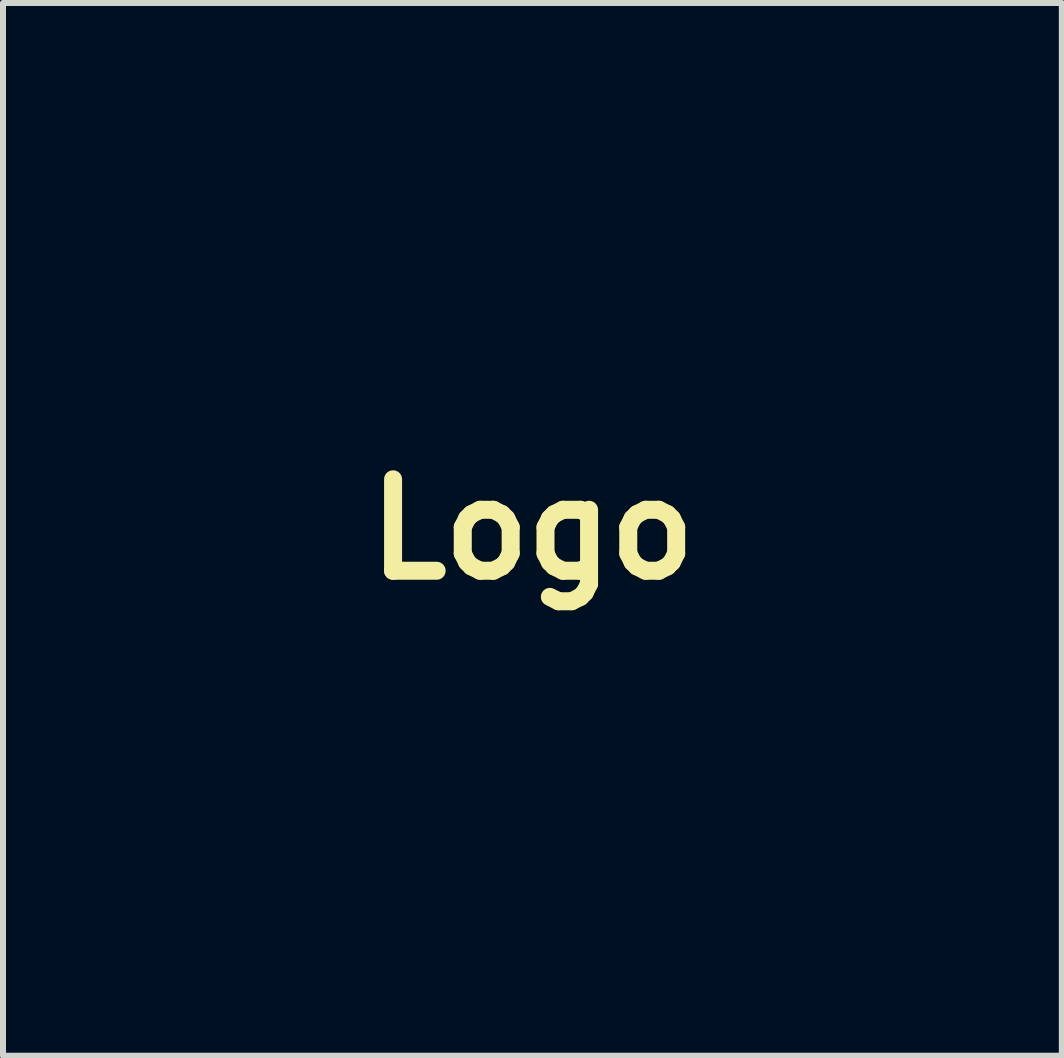
<source format=kicad_pcb>
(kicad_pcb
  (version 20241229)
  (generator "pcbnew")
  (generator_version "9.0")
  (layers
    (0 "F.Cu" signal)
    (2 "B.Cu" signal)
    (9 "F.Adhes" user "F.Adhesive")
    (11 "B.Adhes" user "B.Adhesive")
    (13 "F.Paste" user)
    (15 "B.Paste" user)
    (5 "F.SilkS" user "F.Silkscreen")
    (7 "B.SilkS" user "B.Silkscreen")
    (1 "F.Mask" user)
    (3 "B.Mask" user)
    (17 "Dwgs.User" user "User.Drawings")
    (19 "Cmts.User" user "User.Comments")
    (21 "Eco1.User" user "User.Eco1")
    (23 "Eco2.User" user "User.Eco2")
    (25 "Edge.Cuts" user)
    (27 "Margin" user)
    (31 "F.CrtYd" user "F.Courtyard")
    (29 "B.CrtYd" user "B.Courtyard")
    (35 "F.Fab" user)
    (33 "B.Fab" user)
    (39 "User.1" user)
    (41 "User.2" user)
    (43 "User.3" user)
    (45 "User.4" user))
  (footprint "Logo"
    (layer "F.Cu")
    (at 5.822 5.771)
    (property "Reference" "Logo" (at 0 0 0) (layer "F.SilkS") (effects (font (size 1.524 1.524) (thickness 0.3))))
    (attr through_hole)
    (fp_poly (pts (xy -1.389 0.3) (xy -1.34 0.353) (xy -1.312 0.399) (xy -1.299 0.454) (xy -1.296 0.536) (xy -1.295 0.574) (xy -1.297 0.669) (xy -1.305 0.73) (xy -1.327 0.776) (xy -1.368 0.823) (xy -1.392 0.846) (xy -1.488 0.94) (xy -1.945 0.94) (xy -2.04 0.843) (xy -2.089 0.79) (xy -2.117 0.744) (xy -2.13 0.689) (xy -2.133 0.607) (xy -2.134 0.572) (xy -1.93 0.572) (xy -1.921 0.637) (xy -1.9 0.681) (xy -1.856 0.699) (xy -1.78 0.708) (xy -1.691 0.71) (xy -1.607 0.704) (xy -1.545 0.69) (xy -1.529 0.681) (xy -1.507 0.635) (xy -1.499 0.572) (xy -1.508 0.502) (xy -1.54 0.46) (xy -1.605 0.438) (xy -1.711 0.432) (xy -1.714 0.432) (xy -1.822 0.438) (xy -1.888 0.459) (xy -1.921 0.501) (xy -1.93 0.569) (xy -1.93 0.572) (xy -2.134 0.572) (xy -2.134 0.569) (xy -2.132 0.474) (xy -2.124 0.413) (xy -2.102 0.367) (xy -2.061 0.32) (xy -2.037 0.297) (xy -1.941 0.203) (xy -1.484 0.203) (xy -1.389 0.3)) (stroke (width 0.01) (type solid)) (fill no) (layer "Eco2.User"))
    (fp_poly (pts (xy 2.04 0.3) (xy 2.089 0.353) (xy 2.117 0.399) (xy 2.13 0.454) (xy 2.133 0.536) (xy 2.134 0.574) (xy 2.132 0.669) (xy 2.124 0.73) (xy 2.102 0.776) (xy 2.061 0.823) (xy 2.037 0.846) (xy 1.941 0.94) (xy 1.484 0.94) (xy 1.389 0.843) (xy 1.34 0.79) (xy 1.312 0.744) (xy 1.299 0.689) (xy 1.296 0.607) (xy 1.295 0.572) (xy 1.499 0.572) (xy 1.508 0.637) (xy 1.529 0.681) (xy 1.573 0.699) (xy 1.649 0.708) (xy 1.738 0.71) (xy 1.822 0.704) (xy 1.884 0.69) (xy 1.9 0.681) (xy 1.922 0.635) (xy 1.93 0.572) (xy 1.921 0.502) (xy 1.889 0.46) (xy 1.824 0.438) (xy 1.718 0.432) (xy 1.714 0.432) (xy 1.607 0.438) (xy 1.541 0.459) (xy 1.508 0.501) (xy 1.499 0.569) (xy 1.499 0.572) (xy 1.295 0.572) (xy 1.295 0.569) (xy 1.297 0.474) (xy 1.305 0.413) (xy 1.327 0.367) (xy 1.368 0.32) (xy 1.392 0.297) (xy 1.488 0.203) (xy 1.945 0.203) (xy 2.04 0.3)) (stroke (width 0.01) (type solid)) (fill no) (layer "Eco2.User"))
    (fp_poly (pts (xy -5.074 -5.544) (xy -4.851 -5.322) (xy -4.851 -1.956) (xy -4.293 -1.956) (xy -4.293 -3.259) (xy -4.292 -3.57) (xy -4.291 -3.833) (xy -4.29 -4.051) (xy -4.287 -4.228) (xy -4.284 -4.366) (xy -4.279 -4.469) (xy -4.274 -4.539) (xy -4.268 -4.579) (xy -4.262 -4.592) (xy -4.219 -4.609) (xy -4.131 -4.619) (xy -4.005 -4.623) (xy -4.002 -4.623) (xy -3.773 -4.623) (xy -3.55 -4.401) (xy -3.327 -4.179) (xy -3.327 -1.956) (xy -2.769 -1.956) (xy -2.769 -2.687) (xy -2.768 -2.919) (xy -2.766 -3.104) (xy -2.762 -3.246) (xy -2.757 -3.348) (xy -2.75 -3.413) (xy -2.741 -3.446) (xy -2.738 -3.449) (xy -2.695 -3.466) (xy -2.607 -3.476) (xy -2.481 -3.48) (xy -2.477 -3.48) (xy -2.247 -3.48) (xy -2.025 -3.257) (xy -1.803 -3.034) (xy -1.803 -1.956) (xy 1.803 -1.956) (xy 1.803 -3.034) (xy 2.247 -3.48) (xy 2.477 -3.48) (xy 2.604 -3.476) (xy 2.693 -3.466) (xy 2.738 -3.45) (xy 2.738 -3.449) (xy 2.748 -3.424) (xy 2.755 -3.367) (xy 2.761 -3.275) (xy 2.765 -3.144) (xy 2.768 -2.97) (xy 2.769 -2.75) (xy 2.769 -2.687) (xy 2.769 -1.956) (xy 3.327 -1.956) (xy 3.327 -4.179) (xy 3.773 -4.623) (xy 4.002 -4.623) (xy 4.129 -4.619) (xy 4.217 -4.609) (xy 4.262 -4.593) (xy 4.262 -4.592) (xy 4.269 -4.572) (xy 4.276 -4.524) (xy 4.281 -4.446) (xy 4.285 -4.335) (xy 4.288 -4.188) (xy 4.29 -4.001) (xy 4.292 -3.772) (xy 4.292 -3.497) (xy 4.293 -3.259) (xy 4.293 -1.956) (xy 4.851 -1.956) (xy 4.851 -5.322) (xy 5.297 -5.766) (xy 5.526 -5.766) (xy 5.653 -5.762) (xy 5.741 -5.752) (xy 5.786 -5.736) (xy 5.786 -5.735) (xy 5.792 -5.717) (xy 5.797 -5.675) (xy 5.801 -5.604) (xy 5.805 -5.504) (xy 5.808 -5.37) (xy 5.811 -5.202) (xy 5.813 -4.997) (xy 5.815 -4.751) (xy 5.816 -4.463) (xy 5.816 -4.129) (xy 5.817 -3.749) (xy 5.817 -3.62) (xy 5.817 -1.536) (xy 5.53 -1.251) (xy 5.244 -0.965) (xy 4.609 -0.965) (xy 3.974 -0.965) (xy 3.721 -0.711) (xy 3.468 -0.457) (xy 2.209 -0.457) (xy 2.298 -0.28) (xy 2.388 -0.103) (xy 2.388 1.252) (xy 1.753 2.459) (xy 1.118 3.665) (xy 1.118 5.195) (xy 0.831 5.48) (xy 0.545 5.766) (xy -0.547 5.766) (xy -0.832 5.48) (xy -1.118 5.194) (xy -1.118 3.665) (xy -1.753 2.459) (xy -2.388 1.252) (xy -2.388 0.051) (xy -2.184 0.051) (xy -2.184 1.161) (xy -1.549 2.367) (xy -0.914 3.574) (xy -0.914 3.87) (xy -0.914 3.986) (xy -0.912 4.08) (xy -0.909 4.143) (xy -0.906 4.166) (xy -0.888 4.147) (xy -0.85 4.098) (xy -0.817 4.053) (xy -0.737 3.941) (xy -0.737 1.125) (xy -1.035 0.588) (xy -1.333 0.051) (xy -2.184 0.051) (xy -2.388 0.051) (xy -2.388 -0.103) (xy -2.35 -0.178) (xy -2.108 -0.178) (xy -1.223 -0.178) (xy -1.174 -0.108) (xy -1.149 -0.066) (xy -1.103 0.013) (xy -1.04 0.122) (xy -0.966 0.254) (xy -0.883 0.402) (xy -0.83 0.498) (xy -0.533 1.034) (xy -0.533 4.055) (xy -0.723 4.307) (xy -0.913 4.559) (xy -0.914 4.831) (xy -0.912 4.948) (xy -0.906 5.042) (xy -0.897 5.102) (xy -0.889 5.118) (xy -0.874 5.105) (xy -0.865 5.047) (xy -0.864 5.016) (xy -0.66 5.016) (xy -0.647 5.097) (xy -0.601 5.141) (xy -0.518 5.156) (xy -0.508 5.156) (xy -0.438 5.148) (xy -0.389 5.129) (xy -0.386 5.126) (xy -0.364 5.08) (xy -0.356 5.016) (xy -0.369 4.936) (xy -0.415 4.892) (xy -0.498 4.877) (xy -0.508 4.877) (xy -0.595 4.889) (xy -0.644 4.931) (xy -0.66 5.008) (xy -0.66 5.016) (xy -0.864 5.016) (xy -0.864 4.987) (xy -0.861 4.9) (xy -0.846 4.84) (xy -0.81 4.788) (xy -0.77 4.745) (xy -0.715 4.692) (xy -0.669 4.663) (xy -0.613 4.651) (xy -0.527 4.648) (xy -0.51 4.648) (xy -0.418 4.65) (xy -0.358 4.661) (xy -0.31 4.687) (xy -0.255 4.736) (xy -0.249 4.742) (xy -0.198 4.794) (xy -0.169 4.838) (xy -0.156 4.891) (xy -0.153 4.971) (xy -0.152 5.014) (xy -0.154 5.11) (xy -0.163 5.172) (xy -0.185 5.219) (xy -0.226 5.268) (xy -0.246 5.288) (xy -0.307 5.345) (xy -0.359 5.374) (xy -0.425 5.384) (xy -0.48 5.385) (xy -0.619 5.385) (xy -0.546 5.461) (xy -0.473 5.537) (xy 0.473 5.537) (xy 0.546 5.461) (xy 0.619 5.385) (xy 0.482 5.385) (xy 0.396 5.381) (xy 0.337 5.363) (xy 0.281 5.321) (xy 0.249 5.291) (xy 0.198 5.239) (xy 0.169 5.195) (xy 0.156 5.142) (xy 0.153 5.062) (xy 0.152 5.019) (xy 0.152 5.016) (xy 0.356 5.016) (xy 0.369 5.097) (xy 0.415 5.141) (xy 0.498 5.156) (xy 0.508 5.156) (xy 0.578 5.148) (xy 0.627 5.129) (xy 0.63 5.126) (xy 0.652 5.08) (xy 0.66 5.016) (xy 0.647 4.936) (xy 0.601 4.892) (xy 0.518 4.877) (xy 0.508 4.877) (xy 0.421 4.889) (xy 0.372 4.931) (xy 0.356 5.008) (xy 0.356 5.016) (xy 0.152 5.016) (xy 0.154 4.923) (xy 0.163 4.861) (xy 0.185 4.814) (xy 0.226 4.765) (xy 0.246 4.745) (xy 0.301 4.692) (xy 0.347 4.663) (xy 0.403 4.651) (xy 0.489 4.648) (xy 0.506 4.648) (xy 0.598 4.65) (xy 0.658 4.661) (xy 0.706 4.687) (xy 0.761 4.736) (xy 0.767 4.742) (xy 0.822 4.8) (xy 0.851 4.85) (xy 0.862 4.912) (xy 0.864 4.985) (xy 0.867 5.07) (xy 0.878 5.114) (xy 0.889 5.118) (xy 0.9 5.087) (xy 0.908 5.016) (xy 0.913 4.913) (xy 0.914 4.831) (xy 0.913 4.559) (xy 0.533 4.055) (xy 0.533 1.125) (xy 0.737 1.125) (xy 0.737 3.941) (xy 0.819 4.057) (xy 0.902 4.172) (xy 0.927 3.543) (xy 2.184 1.161) (xy 2.184 0.051) (xy 1.333 0.051) (xy 1.035 0.588) (xy 0.737 1.125) (xy 0.533 1.125) (xy 0.533 1.034) (xy 0.83 0.498) (xy 0.915 0.344) (xy 0.995 0.201) (xy 1.066 0.077) (xy 1.122 -0.022) (xy 1.161 -0.087) (xy 1.174 -0.108) (xy 1.223 -0.178) (xy 1.665 -0.178) (xy 2.108 -0.178) (xy 1.715 -0.965) (xy 1.956 -0.965) (xy 2.025 -0.826) (xy 2.093 -0.686) (xy 3.393 -0.686) (xy 3.531 -0.826) (xy 3.669 -0.965) (xy 1.956 -0.965) (xy 1.715 -0.965) (xy 1.334 -1.727) (xy 1.575 -1.727) (xy 1.84 -1.194) (xy 5.168 -1.194) (xy 5.391 -1.416) (xy 5.613 -1.637) (xy 5.613 -5.537) (xy 5.493 -5.537) (xy 5.433 -5.535) (xy 5.386 -5.523) (xy 5.338 -5.494) (xy 5.278 -5.442) (xy 5.214 -5.379) (xy 5.055 -5.221) (xy 5.055 -3.505) (xy 5.054 -3.146) (xy 5.054 -2.836) (xy 5.052 -2.571) (xy 5.051 -2.349) (xy 5.048 -2.167) (xy 5.045 -2.022) (xy 5.041 -1.911) (xy 5.037 -1.833) (xy 5.032 -1.783) (xy 5.025 -1.759) (xy 5.024 -1.758) (xy 4.987 -1.746) (xy 4.91 -1.736) (xy 4.803 -1.73) (xy 4.678 -1.726) (xy 4.544 -1.726) (xy 4.412 -1.728) (xy 4.293 -1.732) (xy 4.197 -1.74) (xy 4.136 -1.75) (xy 4.12 -1.758) (xy 4.113 -1.778) (xy 4.106 -1.826) (xy 4.101 -1.904) (xy 4.097 -2.015) (xy 4.094 -2.162) (xy 4.092 -2.349) (xy 4.09 -2.578) (xy 4.09 -2.853) (xy 4.089 -3.091) (xy 4.089 -4.394) (xy 3.969 -4.394) (xy 3.909 -4.392) (xy 3.862 -4.38) (xy 3.814 -4.351) (xy 3.754 -4.299) (xy 3.69 -4.236) (xy 3.531 -4.078) (xy 3.531 -2.933) (xy 3.53 -2.642) (xy 3.529 -2.399) (xy 3.527 -2.2) (xy 3.524 -2.042) (xy 3.52 -1.922) (xy 3.515 -1.837) (xy 3.509 -1.784) (xy 3.501 -1.759) (xy 3.5 -1.758) (xy 3.463 -1.746) (xy 3.386 -1.736) (xy 3.279 -1.73) (xy 3.154 -1.726) (xy 3.02 -1.726) (xy 2.888 -1.728) (xy 2.769 -1.732) (xy 2.673 -1.74) (xy 2.612 -1.75) (xy 2.596 -1.758) (xy 2.586 -1.783) (xy 2.579 -1.84) (xy 2.573 -1.932) (xy 2.569 -2.063) (xy 2.566 -2.237) (xy 2.565 -2.457) (xy 2.565 -2.52) (xy 2.565 -3.251) (xy 2.445 -3.251) (xy 2.385 -3.249) (xy 2.338 -3.237) (xy 2.29 -3.208) (xy 2.23 -3.156) (xy 2.166 -3.093) (xy 2.007 -2.935) (xy 2.007 -2.362) (xy 2.006 -2.155) (xy 2.003 -1.996) (xy 1.998 -1.88) (xy 1.99 -1.804) (xy 1.98 -1.764) (xy 1.976 -1.758) (xy 1.934 -1.741) (xy 1.853 -1.73) (xy 1.76 -1.727) (xy 1.575 -1.727) (xy 1.334 -1.727) (xy -1.334 -1.727) (xy -2.108 -0.178) (xy -2.35 -0.178) (xy -2.209 -0.457) (xy -3.468 -0.457) (xy -3.721 -0.711) (xy -3.974 -0.965) (xy -3.669 -0.965) (xy -3.531 -0.826) (xy -3.393 -0.686) (xy -2.093 -0.686) (xy -2.025 -0.826) (xy -1.956 -0.965) (xy -3.669 -0.965) (xy -3.974 -0.965) (xy -3.974 -0.965) (xy -4.61 -0.965) (xy -5.246 -0.965) (xy -5.531 -1.251) (xy -5.817 -1.537) (xy -5.817 -3.621) (xy -5.816 -4.017) (xy -5.816 -4.365) (xy -5.815 -4.667) (xy -5.813 -4.925) (xy -5.812 -5.143) (xy -5.809 -5.322) (xy -5.806 -5.466) (xy -5.804 -5.537) (xy -5.613 -5.537) (xy -5.613 -1.639) (xy -5.392 -1.417) (xy -5.17 -1.194) (xy -1.84 -1.194) (xy -1.575 -1.727) (xy -1.76 -1.727) (xy -1.865 -1.731) (xy -1.942 -1.743) (xy -1.976 -1.758) (xy -1.987 -1.786) (xy -1.995 -1.849) (xy -2.001 -1.951) (xy -2.005 -2.095) (xy -2.006 -2.284) (xy -2.007 -2.36) (xy -2.007 -2.932) (xy -2.165 -3.092) (xy -2.242 -3.169) (xy -2.298 -3.216) (xy -2.344 -3.24) (xy -2.392 -3.25) (xy -2.444 -3.251) (xy -2.565 -3.251) (xy -2.565 -2.52) (xy -2.566 -2.288) (xy -2.568 -2.103) (xy -2.572 -1.961) (xy -2.577 -1.859) (xy -2.584 -1.794) (xy -2.593 -1.761) (xy -2.596 -1.758) (xy -2.633 -1.746) (xy -2.71 -1.736) (xy -2.817 -1.73) (xy -2.942 -1.726) (xy -3.076 -1.726) (xy -3.208 -1.728) (xy -3.327 -1.732) (xy -3.423 -1.74) (xy -3.484 -1.75) (xy -3.5 -1.758) (xy -3.508 -1.779) (xy -3.514 -1.828) (xy -3.52 -1.909) (xy -3.524 -2.024) (xy -3.527 -2.176) (xy -3.529 -2.369) (xy -3.53 -2.606) (xy -3.531 -2.89) (xy -3.531 -2.932) (xy -3.531 -4.075) (xy -3.689 -4.235) (xy -3.766 -4.312) (xy -3.822 -4.359) (xy -3.868 -4.383) (xy -3.916 -4.393) (xy -3.968 -4.394) (xy -4.089 -4.394) (xy -4.089 -3.091) (xy -4.09 -2.78) (xy -4.091 -2.517) (xy -4.092 -2.299) (xy -4.095 -2.122) (xy -4.098 -1.984) (xy -4.103 -1.881) (xy -4.108 -1.811) (xy -4.114 -1.771) (xy -4.12 -1.758) (xy -4.157 -1.746) (xy -4.234 -1.736) (xy -4.341 -1.73) (xy -4.466 -1.726) (xy -4.6 -1.726) (xy -4.732 -1.728) (xy -4.851 -1.732) (xy -4.947 -1.74) (xy -5.008 -1.75) (xy -5.024 -1.758) (xy -5.03 -1.776) (xy -5.036 -1.821) (xy -5.041 -1.894) (xy -5.045 -1.999) (xy -5.048 -2.137) (xy -5.05 -2.312) (xy -5.052 -2.527) (xy -5.054 -2.784) (xy -5.054 -3.085) (xy -5.055 -3.434) (xy -5.055 -3.503) (xy -5.055 -5.218) (xy -5.213 -5.378) (xy -5.29 -5.455) (xy -5.346 -5.502) (xy -5.392 -5.526) (xy -5.44 -5.536) (xy -5.492 -5.537) (xy -5.613 -5.537) (xy -5.804 -5.537) (xy -5.803 -5.576) (xy -5.798 -5.656) (xy -5.794 -5.707) (xy -5.788 -5.732) (xy -5.786 -5.735) (xy -5.743 -5.752) (xy -5.655 -5.762) (xy -5.529 -5.766) (xy -5.526 -5.766) (xy -5.297 -5.766) (xy -5.074 -5.544)) (stroke (width 0.01) (type solid)) (fill no) (layer "Eco2.User")))
  (gr_rect
    (start -3 -3)
    (end 14.643 14.542)
    (stroke (width 0.1) (type default))
    (fill no)
    (layer "Edge.Cuts")))
</source>
